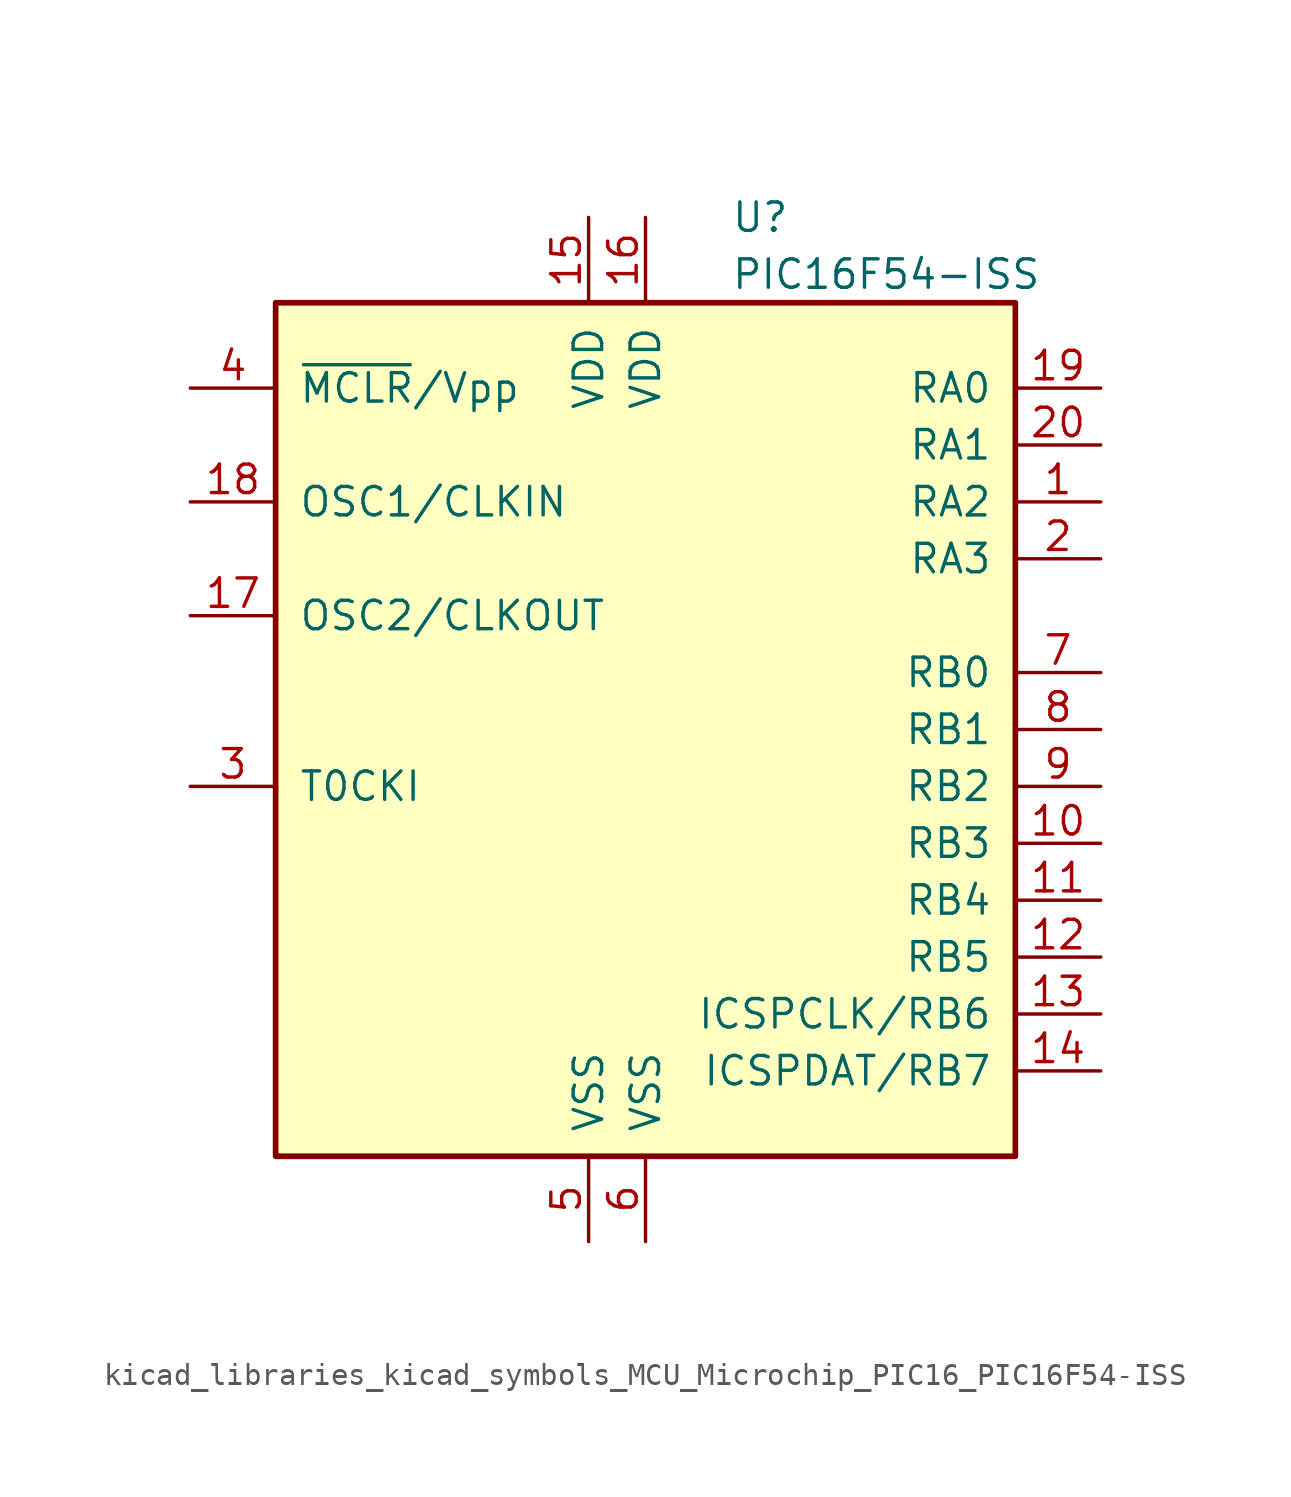
<source format=kicad_sym>
(kicad_symbol_lib
  (version 20220914)
  (generator kicad_symbol_editor)
  (symbol "kicad_libraries_kicad_symbols_MCU_Microchip_PIC16_PIC16F54-ISS"
    (pin_names
      (offset 1.016))
    (property "Reference" "U"
      (at 3.81 22.86 0)
      (effects (font (size 1.27 1.27)) (justify left)))
    (property "Value" "PIC16F54-ISS"
      (at 3.81 20.32 0)
      (effects (font (size 1.27 1.27)) (justify left)))
    (symbol "kicad_libraries_kicad_symbols_MCU_Microchip_PIC16_PIC16F54-ISS_0_1"
      (rectangle (start -16.51 19.05) (end 16.51 -19.05) (stroke (width 0.254) (type default)) (fill (type background))))
    (symbol "kicad_libraries_kicad_symbols_MCU_Microchip_PIC16_PIC16F54-ISS_1_1"
      (pin bidirectional line (at 20.32 10.16 180) (length 3.81) (name "RA2" (effects (font (size 1.27 1.27)))) (number "1" (effects (font (size 1.27 1.27)))))
      (pin bidirectional line (at 20.32 -5.08 180) (length 3.81) (name "RB3" (effects (font (size 1.27 1.27)))) (number "10" (effects (font (size 1.27 1.27)))))
      (pin bidirectional line (at 20.32 -7.62 180) (length 3.81) (name "RB4" (effects (font (size 1.27 1.27)))) (number "11" (effects (font (size 1.27 1.27)))))
      (pin bidirectional line (at 20.32 -10.16 180) (length 3.81) (name "RB5" (effects (font (size 1.27 1.27)))) (number "12" (effects (font (size 1.27 1.27)))))
      (pin bidirectional line (at 20.32 -12.7 180) (length 3.81) (name "ICSPCLK/RB6" (effects (font (size 1.27 1.27)))) (number "13" (effects (font (size 1.27 1.27)))))
      (pin bidirectional line (at 20.32 -15.24 180) (length 3.81) (name "ICSPDAT/RB7" (effects (font (size 1.27 1.27)))) (number "14" (effects (font (size 1.27 1.27)))))
      (pin power_in line (at -2.54 22.86 270) (length 3.81) (name "VDD" (effects (font (size 1.27 1.27)))) (number "15" (effects (font (size 1.27 1.27)))))
      (pin power_in line (at 0 22.86 270) (length 3.81) (name "VDD" (effects (font (size 1.27 1.27)))) (number "16" (effects (font (size 1.27 1.27)))))
      (pin output line (at -20.32 5.08 0) (length 3.81) (name "OSC2/CLKOUT" (effects (font (size 1.27 1.27)))) (number "17" (effects (font (size 1.27 1.27)))))
      (pin input line (at -20.32 10.16 0) (length 3.81) (name "OSC1/CLKIN" (effects (font (size 1.27 1.27)))) (number "18" (effects (font (size 1.27 1.27)))))
      (pin bidirectional line (at 20.32 15.24 180) (length 3.81) (name "RA0" (effects (font (size 1.27 1.27)))) (number "19" (effects (font (size 1.27 1.27)))))
      (pin bidirectional line (at 20.32 7.62 180) (length 3.81) (name "RA3" (effects (font (size 1.27 1.27)))) (number "2" (effects (font (size 1.27 1.27)))))
      (pin bidirectional line (at 20.32 12.7 180) (length 3.81) (name "RA1" (effects (font (size 1.27 1.27)))) (number "20" (effects (font (size 1.27 1.27)))))
      (pin input line (at -20.32 -2.54 0) (length 3.81) (name "T0CKI" (effects (font (size 1.27 1.27)))) (number "3" (effects (font (size 1.27 1.27)))))
      (pin input line (at -20.32 15.24 0) (length 3.81) (name "~{MCLR}/Vpp" (effects (font (size 1.27 1.27)))) (number "4" (effects (font (size 1.27 1.27)))))
      (pin power_in line (at -2.54 -22.86 90) (length 3.81) (name "VSS" (effects (font (size 1.27 1.27)))) (number "5" (effects (font (size 1.27 1.27)))))
      (pin power_in line (at 0 -22.86 90) (length 3.81) (name "VSS" (effects (font (size 1.27 1.27)))) (number "6" (effects (font (size 1.27 1.27)))))
      (pin bidirectional line (at 20.32 2.54 180) (length 3.81) (name "RB0" (effects (font (size 1.27 1.27)))) (number "7" (effects (font (size 1.27 1.27)))))
      (pin bidirectional line (at 20.32 0 180) (length 3.81) (name "RB1" (effects (font (size 1.27 1.27)))) (number "8" (effects (font (size 1.27 1.27)))))
      (pin bidirectional line (at 20.32 -2.54 180) (length 3.81) (name "RB2" (effects (font (size 1.27 1.27)))) (number "9" (effects (font (size 1.27 1.27))))))))
</source>
